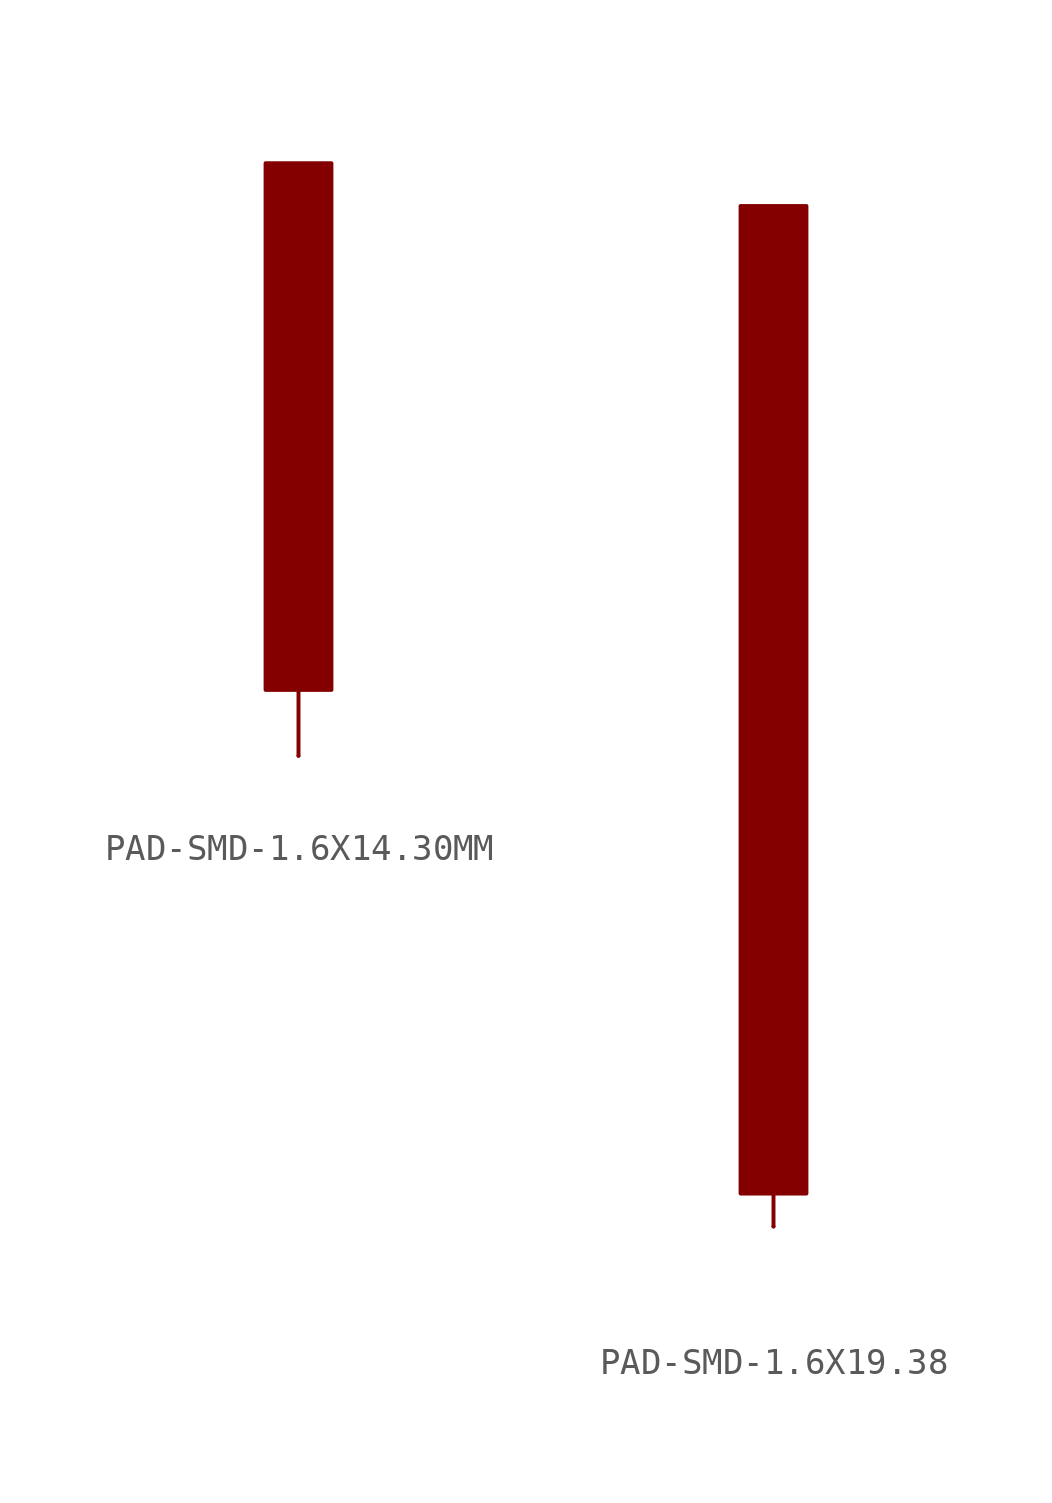
<source format=kicad_sym>
(kicad_symbol_lib
  (version 20231120)
  (generator "kicad_symbol_editor")
  (generator_version "8.0")
  (symbol "PAD-SMD-1.6X14.30MM"
    (property "Reference" "JS"
      (at 0 0 0)
      (effects (font (size 1.27 1.27)) (hide yes)))
    (property "ki_locked" ""
      (at 0 0 0)
      (effects (font (size 1.27 1.27))))
    (symbol "PAD-SMD-1.6X14.30MM_1_0"
      (rectangle (start -1.27 -10.16) (end 1.27 10.16) (stroke (width 0) (type default)) (fill (type outline)))
      (polyline (pts (xy 0 -12.7) (xy 0 -10.16)) (stroke (width 0.152) (type solid)) (fill (type none)))
      (pin passive line (at 0 -12.7 0) (length 0) (name "0" (effects (font (size 0 0)))) (number "0" (effects (font (size 0 0)))))))
  (symbol "PAD-SMD-1.6X19.38"
    (property "Reference" "JS"
      (at 0 0 0)
      (effects (font (size 1.27 1.27)) (hide yes)))
    (property "ki_locked" ""
      (at 0 0 0)
      (effects (font (size 1.27 1.27))))
    (symbol "PAD-SMD-1.6X19.38_1_0"
      (rectangle (start -1.27 -19.05) (end 1.27 19.05) (stroke (width 0) (type default)) (fill (type outline)))
      (polyline (pts (xy 0 -20.32) (xy 0 -17.78)) (stroke (width 0.152) (type solid)) (fill (type none)))
      (pin passive line (at 0 -20.32 0) (length 0) (name "0" (effects (font (size 0 0)))) (number "0" (effects (font (size 0 0))))))))
</source>
